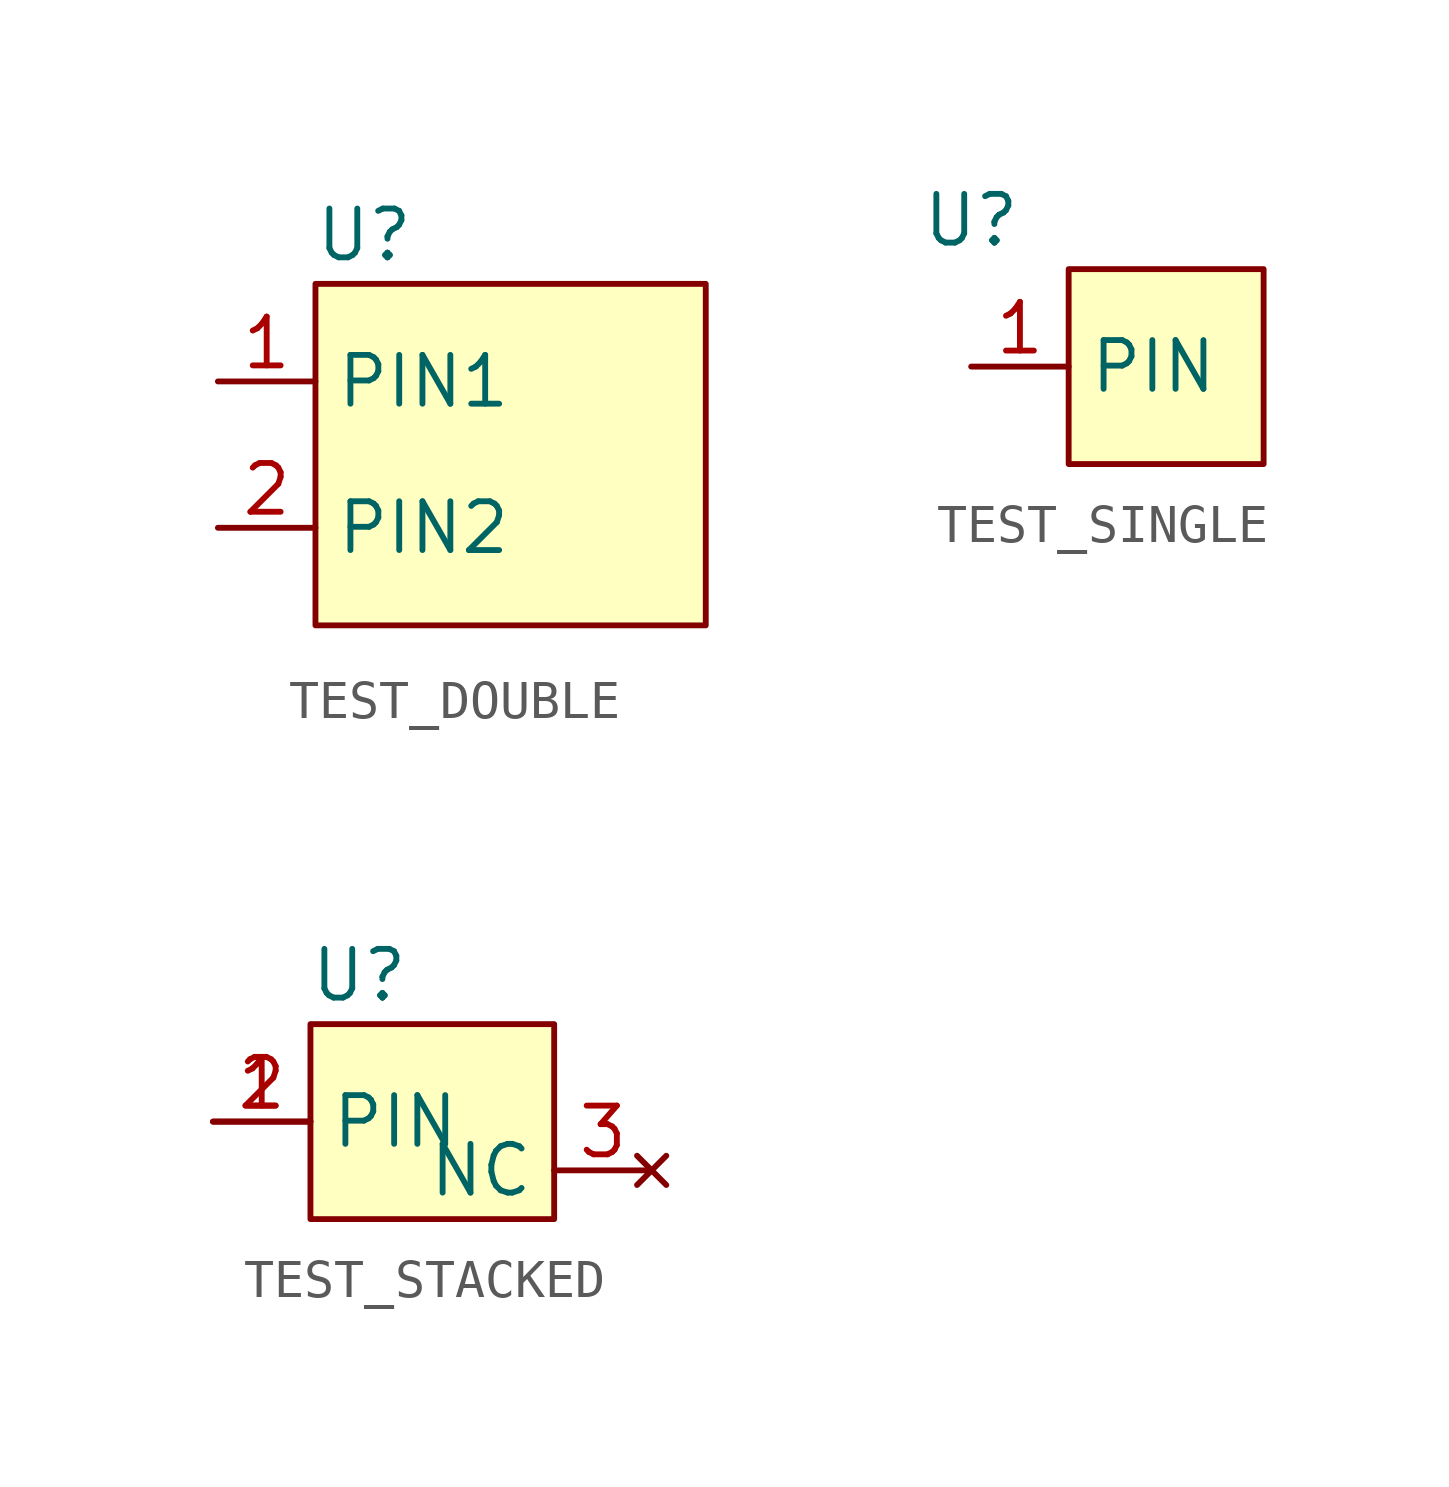
<source format=kicad_sym>
(kicad_symbol_lib
  (version 20220914)
  (generator kicad_symbol_editor)
  (symbol "TEST_DOUBLE"
    (property "Reference" "U"
      (at 0 0 0)
      (effects (font (size 1.27 1.27))))
    (property "Value" ""
      (at 0 0 0)
      (effects (font (size 1.27 1.27))))
    (symbol "TEST_DOUBLE_0_1"
      (rectangle (start -1.27 -1.27) (end 8.89 -10.16) (stroke (width 0) (type default)) (fill (type background))))
    (symbol "TEST_DOUBLE_1_1"
      (pin input line (at -3.81 -3.81 0) (length 2.54) (name "PIN1" (effects (font (size 1.27 1.27)))) (number "1" (effects (font (size 1.27 1.27)))))
      (pin input line (at -3.81 -7.62 0) (length 2.54) (name "PIN2" (effects (font (size 1.27 1.27)))) (number "2" (effects (font (size 1.27 1.27)))))))
  (symbol "TEST_SINGLE"
    (property "Reference" "U"
      (at 0 0 0)
      (effects (font (size 1.27 1.27))))
    (property "Value" ""
      (at 0 0 0)
      (effects (font (size 1.27 1.27))))
    (symbol "TEST_SINGLE_0_1"
      (rectangle (start 2.54 -1.27) (end 7.62 -6.35) (stroke (width 0) (type default)) (fill (type background))))
    (symbol "TEST_SINGLE_1_1"
      (pin input line (at 0 -3.81 0) (length 2.54) (name "PIN" (effects (font (size 1.27 1.27)))) (number "1" (effects (font (size 1.27 1.27)))))))
  (symbol "TEST_STACKED"
    (property "Reference" "U"
      (at -1.27 2.54 0)
      (effects (font (size 1.27 1.27))))
    (property "Value" ""
      (at 0 0 0)
      (effects (font (size 1.27 1.27))))
    (symbol "TEST_STACKED_0_1"
      (rectangle (start -2.54 1.27) (end 3.81 -3.81) (stroke (width 0) (type default)) (fill (type background))))
    (symbol "TEST_STACKED_1_1"
      (pin passive line (at -5.08 -1.27 0) (length 2.54) (name "PIN" (effects (font (size 1.27 1.27)))) (number "1" (effects (font (size 1.27 1.27)))))
      (pin passive line (at -5.08 -1.27 0) (length 2.54) (name "" (effects (font (size 1.27 1.27)))) (number "2" (effects (font (size 1.27 1.27)))))
      (pin no_connect line (at 6.35 -2.54 180) (length 2.54) (name "NC" (effects (font (size 1.27 1.27)))) (number "3" (effects (font (size 1.27 1.27))))))))
</source>
